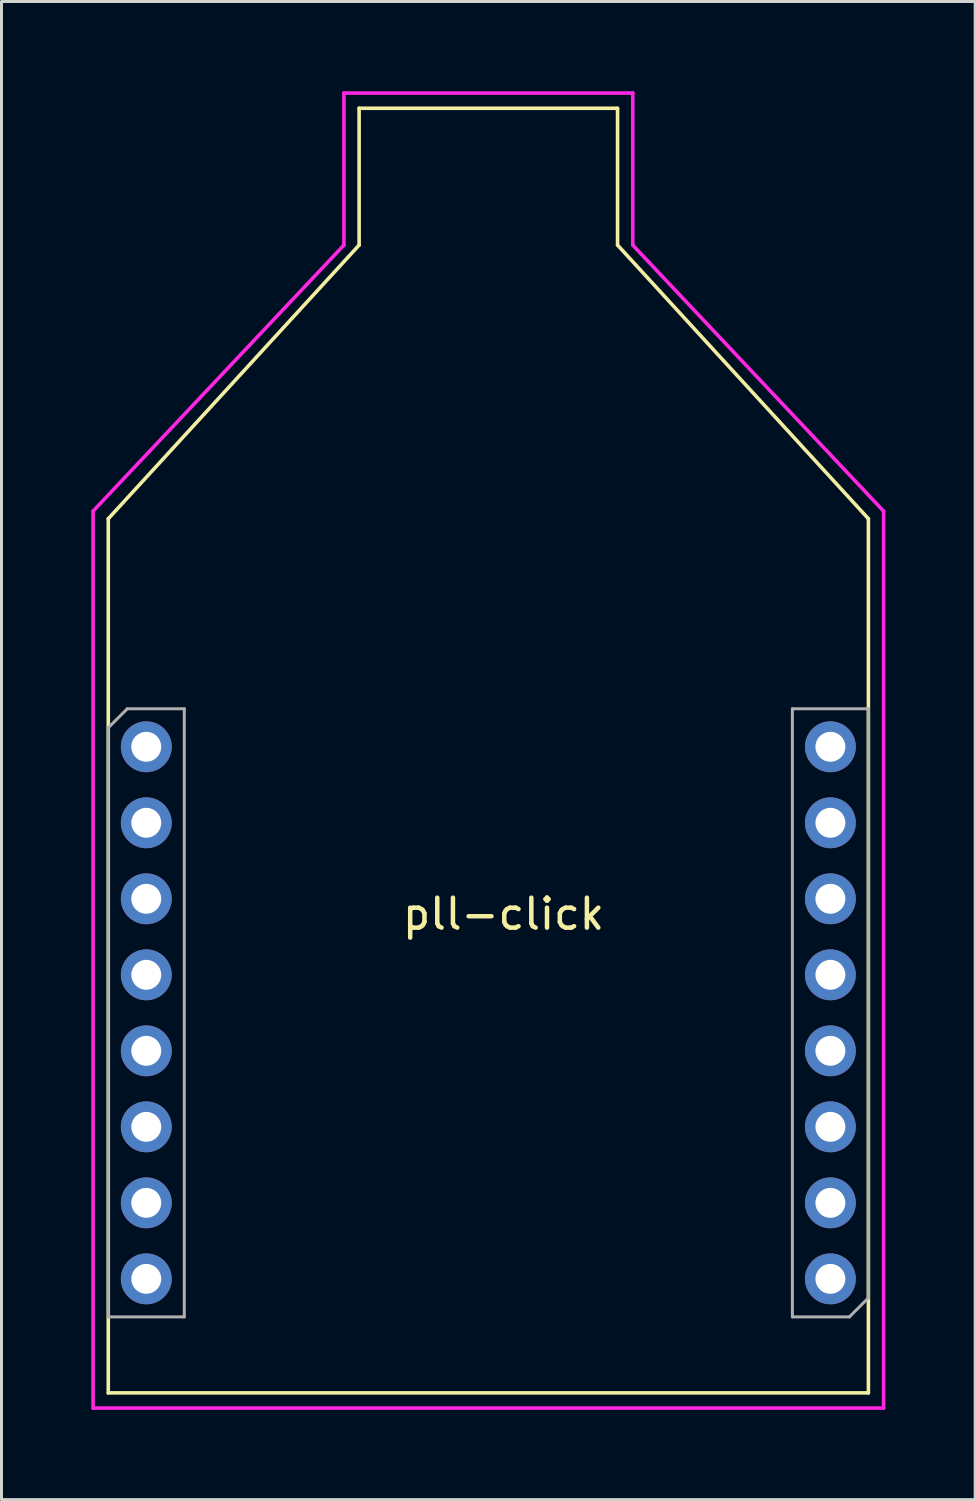
<source format=kicad_pcb>
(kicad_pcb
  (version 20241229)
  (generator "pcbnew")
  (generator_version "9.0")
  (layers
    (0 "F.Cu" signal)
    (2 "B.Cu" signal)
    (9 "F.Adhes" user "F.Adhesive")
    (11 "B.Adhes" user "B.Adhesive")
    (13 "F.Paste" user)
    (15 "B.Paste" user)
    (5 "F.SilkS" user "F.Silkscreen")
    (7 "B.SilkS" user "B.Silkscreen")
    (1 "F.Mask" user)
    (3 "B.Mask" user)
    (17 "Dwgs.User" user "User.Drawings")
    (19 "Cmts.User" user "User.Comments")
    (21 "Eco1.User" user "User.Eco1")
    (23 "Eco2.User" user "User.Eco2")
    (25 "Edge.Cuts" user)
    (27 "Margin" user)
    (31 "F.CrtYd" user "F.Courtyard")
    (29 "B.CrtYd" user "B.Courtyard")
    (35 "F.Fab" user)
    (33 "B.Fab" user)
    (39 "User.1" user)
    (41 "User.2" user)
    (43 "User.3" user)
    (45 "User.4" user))
  (footprint "pll-click"
    (layer "F.Cu")
    (at 24.698 39.684)
    (property "Reference" "pll-click" (at -10.922 -12.192 0) (layer "F.SilkS") (effects (font (size 1 1) (thickness 0.15))))
    (attr through_hole)
    (fp_line (start -24.13 -25.4) (end -24.13 3.81) (stroke (width 0.12) (type solid)) (layer "F.SilkS"))
    (fp_line (start -15.748 -39.116) (end -15.748 -34.544) (stroke (width 0.12) (type solid)) (layer "F.SilkS"))
    (fp_line (start -15.748 -34.544) (end -24.13 -25.4) (stroke (width 0.12) (type solid)) (layer "F.SilkS"))
    (fp_line (start -7.112 -39.116) (end -15.748 -39.116) (stroke (width 0.12) (type solid)) (layer "F.SilkS"))
    (fp_line (start -7.112 -34.544) (end -7.112 -39.116) (stroke (width 0.12) (type solid)) (layer "F.SilkS"))
    (fp_line (start 1.27 -25.4) (end -7.112 -34.544) (stroke (width 0.12) (type solid)) (layer "F.SilkS"))
    (fp_line (start 1.27 3.81) (end -24.13 3.81) (stroke (width 0.12) (type solid)) (layer "F.SilkS"))
    (fp_line (start 1.27 3.81) (end 1.27 -25.4) (stroke (width 0.12) (type solid)) (layer "F.SilkS"))
    (fp_line (start -24.638 -25.654) (end -24.638 4.318) (stroke (width 0.12) (type solid)) (layer "F.CrtYd"))
    (fp_line (start -24.638 -25.654) (end -16.256 -34.544) (stroke (width 0.12) (type solid)) (layer "F.CrtYd"))
    (fp_line (start -24.638 4.318) (end 1.778 4.318) (stroke (width 0.12) (type solid)) (layer "F.CrtYd"))
    (fp_line (start -16.256 -39.624) (end -6.604 -39.624) (stroke (width 0.12) (type solid)) (layer "F.CrtYd"))
    (fp_line (start -16.256 -34.544) (end -16.256 -39.624) (stroke (width 0.12) (type solid)) (layer "F.CrtYd"))
    (fp_line (start -6.604 -39.624) (end -6.604 -34.544) (stroke (width 0.12) (type solid)) (layer "F.CrtYd"))
    (fp_line (start -6.604 -34.544) (end 1.778 -25.654) (stroke (width 0.12) (type solid)) (layer "F.CrtYd"))
    (fp_line (start 1.778 4.318) (end 1.778 -25.654) (stroke (width 0.12) (type solid)) (layer "F.CrtYd"))
    (fp_line (start -24.13 -18.415) (end -23.495 -19.05) (stroke (width 0.1) (type solid)) (layer "F.Fab"))
    (fp_line (start -24.13 1.27) (end -24.13 -18.415) (stroke (width 0.1) (type solid)) (layer "F.Fab"))
    (fp_line (start -23.495 -19.05) (end -21.59 -19.05) (stroke (width 0.1) (type solid)) (layer "F.Fab"))
    (fp_line (start -21.59 -19.05) (end -21.59 1.27) (stroke (width 0.1) (type solid)) (layer "F.Fab"))
    (fp_line (start -21.59 1.27) (end -24.13 1.27) (stroke (width 0.1) (type solid)) (layer "F.Fab"))
    (fp_line (start -1.27 -19.05) (end 1.27 -19.05) (stroke (width 0.1) (type solid)) (layer "F.Fab"))
    (fp_line (start -1.27 1.27) (end -1.27 -19.05) (stroke (width 0.1) (type solid)) (layer "F.Fab"))
    (fp_line (start 0.635 1.27) (end -1.27 1.27) (stroke (width 0.1) (type solid)) (layer "F.Fab"))
    (fp_line (start 1.27 -19.05) (end 1.27 0.635) (stroke (width 0.1) (type solid)) (layer "F.Fab"))
    (fp_line (start 1.27 0.635) (end 0.635 1.27) (stroke (width 0.1) (type solid)) (layer "F.Fab"))
    (pad "1" thru_hole oval (at 0 0 180) (size 1.7 1.7) (drill 1) (layers "*.Cu" "*.Mask"))
    (pad "2" thru_hole oval (at 0 -2.54 180) (size 1.7 1.7) (drill 1) (layers "*.Cu" "*.Mask"))
    (pad "3" thru_hole oval (at 0 -5.08 180) (size 1.7 1.7) (drill 1) (layers "*.Cu" "*.Mask"))
    (pad "4" thru_hole oval (at 0 -7.62 180) (size 1.7 1.7) (drill 1) (layers "*.Cu" "*.Mask"))
    (pad "5" thru_hole oval (at 0 -10.16 180) (size 1.7 1.7) (drill 1) (layers "*.Cu" "*.Mask"))
    (pad "6" thru_hole oval (at 0 -12.7 180) (size 1.7 1.7) (drill 1) (layers "*.Cu" "*.Mask"))
    (pad "7" thru_hole oval (at 0 -15.24 180) (size 1.7 1.7) (drill 1) (layers "*.Cu" "*.Mask"))
    (pad "8" thru_hole oval (at 0 -17.78 180) (size 1.7 1.7) (drill 1) (layers "*.Cu" "*.Mask"))
    (pad "9" thru_hole oval (at -22.86 -17.78) (size 1.7 1.7) (drill 1) (layers "*.Cu" "*.Mask"))
    (pad "10" thru_hole oval (at -22.86 -15.24) (size 1.7 1.7) (drill 1) (layers "*.Cu" "*.Mask"))
    (pad "11" thru_hole oval (at -22.86 -12.7) (size 1.7 1.7) (drill 1) (layers "*.Cu" "*.Mask"))
    (pad "12" thru_hole oval (at -22.86 -10.16) (size 1.7 1.7) (drill 1) (layers "*.Cu" "*.Mask"))
    (pad "13" thru_hole oval (at -22.86 -7.62) (size 1.7 1.7) (drill 1) (layers "*.Cu" "*.Mask"))
    (pad "14" thru_hole oval (at -22.86 -5.08) (size 1.7 1.7) (drill 1) (layers "*.Cu" "*.Mask"))
    (pad "15" thru_hole oval (at -22.86 -2.54) (size 1.7 1.7) (drill 1) (layers "*.Cu" "*.Mask"))
    (pad "16" thru_hole oval (at -22.86 0) (size 1.7 1.7) (drill 1) (layers "*.Cu" "*.Mask")))
  (gr_rect
    (start -3 -3)
    (end 29.536 47.062)
    (stroke (width 0.1) (type default))
    (fill no)
    (layer "Edge.Cuts")))
</source>
